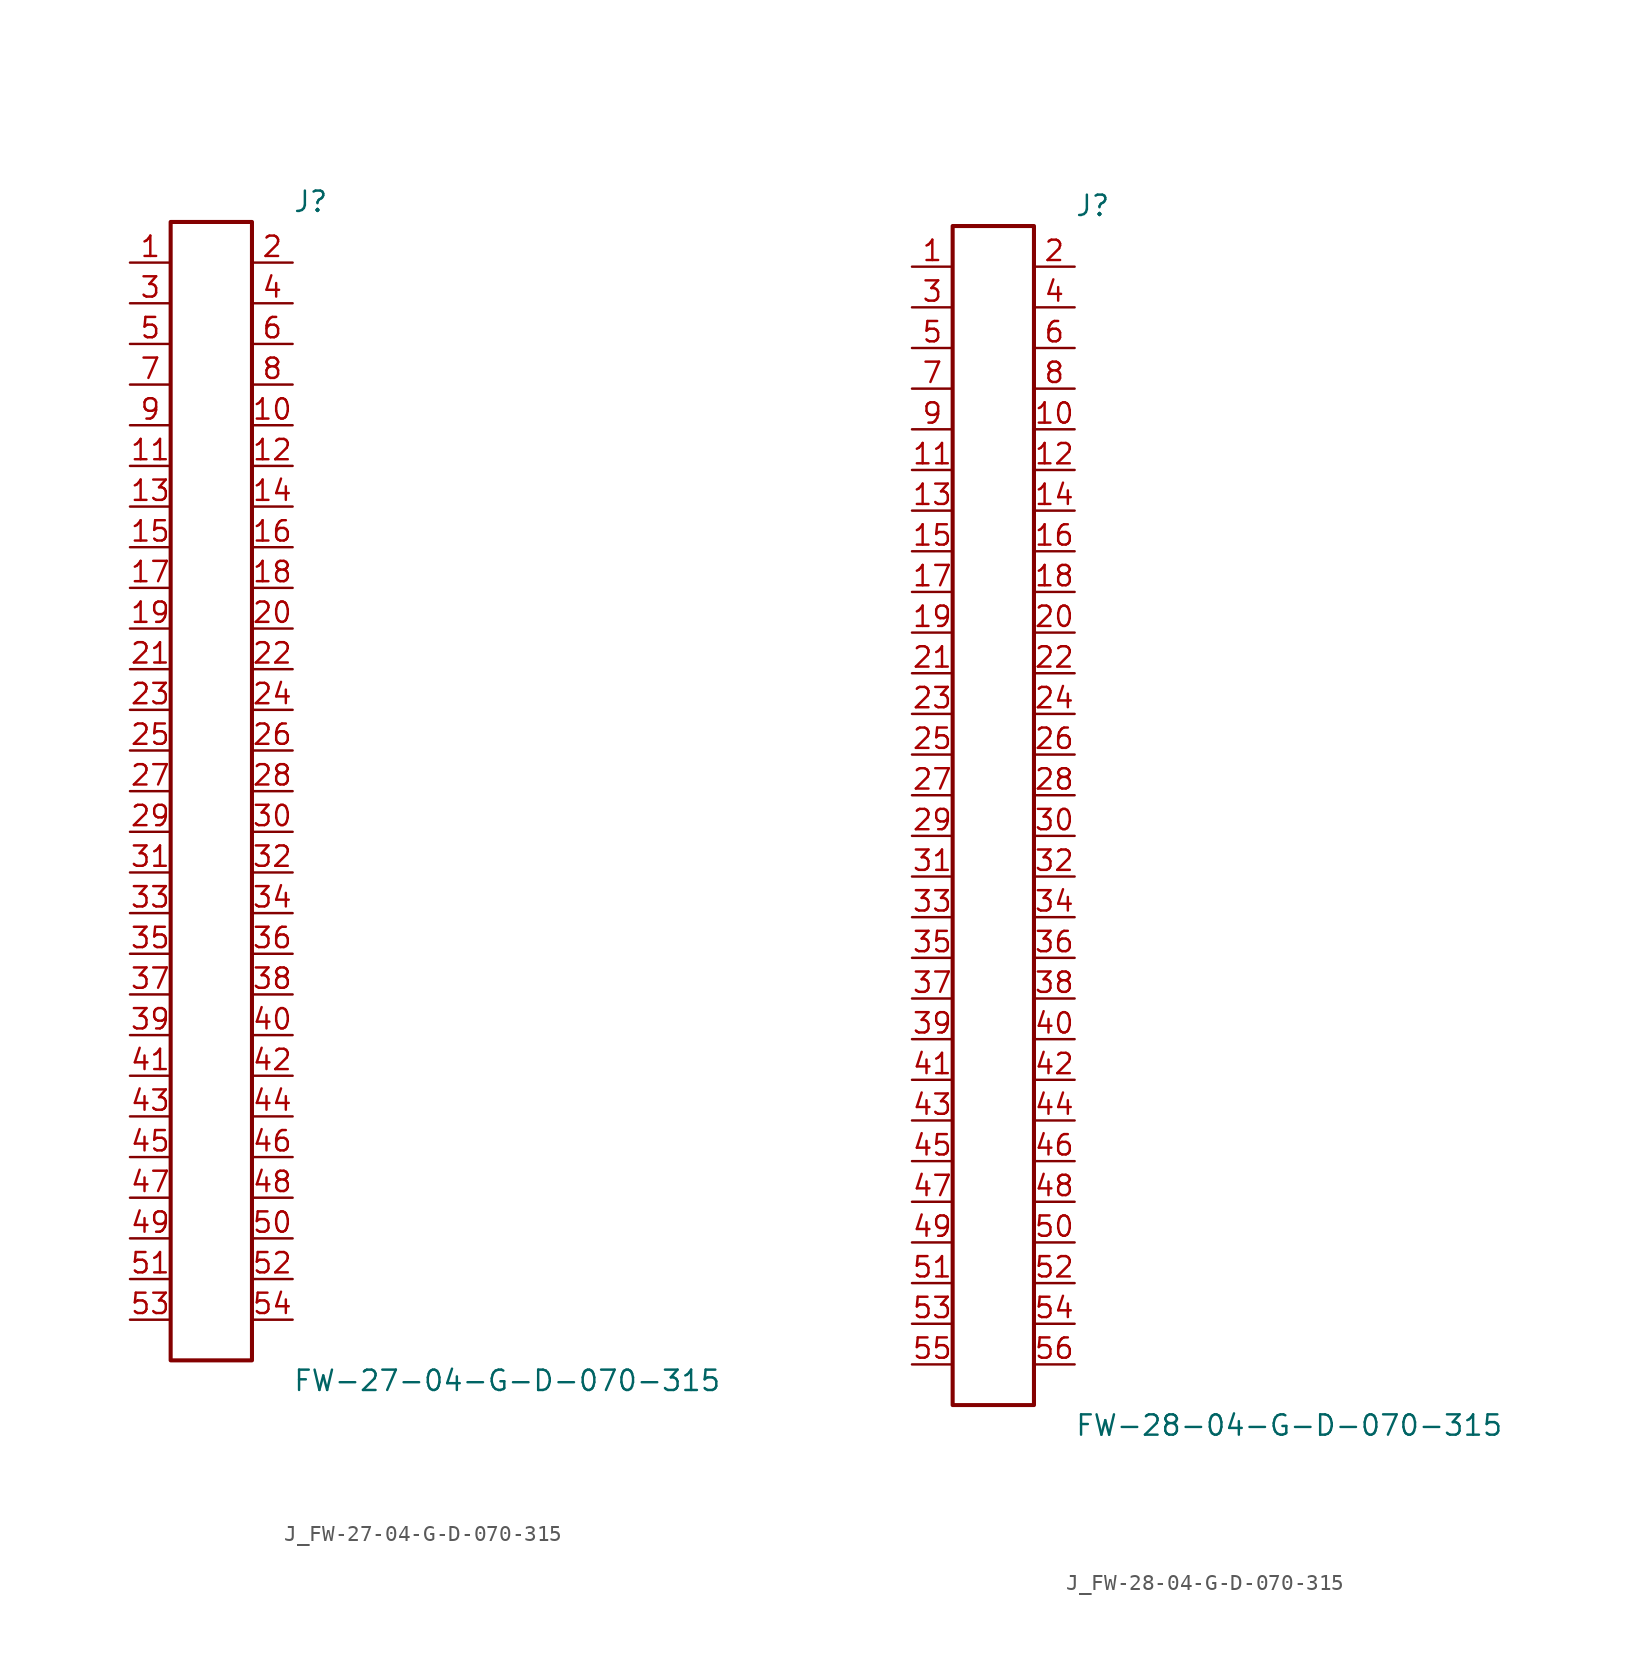
<source format=kicad_sym>
(kicad_symbol_lib
  (version 20231120)
  (generator kicad_symbol_editor)
  (generator_version 8.0)
  (symbol "J_FW-27-04-G-D-070-315"
    (pin_names
      (offset 0.254))
    (property "Reference" "J"
      (at 5.08 36.83 0)
      (effects (font (size 1.27 1.27)) (justify left)))
    (property "Value" "FW-27-04-G-D-070-315"
      (at 5.08 -36.83 0)
      (effects (font (size 1.27 1.27)) (justify left)))
    (symbol "J_FW-27-04-G-D-070-315_0_0"
      (pin passive line (at -5.08 33.02 0) (length 2.54) (name "" (effects (font (size 1.27 1.27)))) (number "1" (effects (font (size 1.27 1.27)))))
      (pin passive line (at 5.08 33.02 180) (length 2.54) (name "" (effects (font (size 1.27 1.27)))) (number "2" (effects (font (size 1.27 1.27)))))
      (pin passive line (at -5.08 30.48 0) (length 2.54) (name "" (effects (font (size 1.27 1.27)))) (number "3" (effects (font (size 1.27 1.27)))))
      (pin passive line (at 5.08 30.48 180) (length 2.54) (name "" (effects (font (size 1.27 1.27)))) (number "4" (effects (font (size 1.27 1.27)))))
      (pin passive line (at -5.08 27.94 0) (length 2.54) (name "" (effects (font (size 1.27 1.27)))) (number "5" (effects (font (size 1.27 1.27)))))
      (pin passive line (at 5.08 27.94 180) (length 2.54) (name "" (effects (font (size 1.27 1.27)))) (number "6" (effects (font (size 1.27 1.27)))))
      (pin passive line (at -5.08 25.4 0) (length 2.54) (name "" (effects (font (size 1.27 1.27)))) (number "7" (effects (font (size 1.27 1.27)))))
      (pin passive line (at 5.08 25.4 180) (length 2.54) (name "" (effects (font (size 1.27 1.27)))) (number "8" (effects (font (size 1.27 1.27)))))
      (pin passive line (at -5.08 22.86 0) (length 2.54) (name "" (effects (font (size 1.27 1.27)))) (number "9" (effects (font (size 1.27 1.27)))))
      (pin passive line (at 5.08 22.86 180) (length 2.54) (name "" (effects (font (size 1.27 1.27)))) (number "10" (effects (font (size 1.27 1.27)))))
      (pin passive line (at -5.08 20.32 0) (length 2.54) (name "" (effects (font (size 1.27 1.27)))) (number "11" (effects (font (size 1.27 1.27)))))
      (pin passive line (at 5.08 20.32 180) (length 2.54) (name "" (effects (font (size 1.27 1.27)))) (number "12" (effects (font (size 1.27 1.27)))))
      (pin passive line (at -5.08 17.78 0) (length 2.54) (name "" (effects (font (size 1.27 1.27)))) (number "13" (effects (font (size 1.27 1.27)))))
      (pin passive line (at 5.08 17.78 180) (length 2.54) (name "" (effects (font (size 1.27 1.27)))) (number "14" (effects (font (size 1.27 1.27)))))
      (pin passive line (at -5.08 15.24 0) (length 2.54) (name "" (effects (font (size 1.27 1.27)))) (number "15" (effects (font (size 1.27 1.27)))))
      (pin passive line (at 5.08 15.24 180) (length 2.54) (name "" (effects (font (size 1.27 1.27)))) (number "16" (effects (font (size 1.27 1.27)))))
      (pin passive line (at -5.08 12.7 0) (length 2.54) (name "" (effects (font (size 1.27 1.27)))) (number "17" (effects (font (size 1.27 1.27)))))
      (pin passive line (at 5.08 12.7 180) (length 2.54) (name "" (effects (font (size 1.27 1.27)))) (number "18" (effects (font (size 1.27 1.27)))))
      (pin passive line (at -5.08 10.16 0) (length 2.54) (name "" (effects (font (size 1.27 1.27)))) (number "19" (effects (font (size 1.27 1.27)))))
      (pin passive line (at 5.08 10.16 180) (length 2.54) (name "" (effects (font (size 1.27 1.27)))) (number "20" (effects (font (size 1.27 1.27)))))
      (pin passive line (at -5.08 7.62 0) (length 2.54) (name "" (effects (font (size 1.27 1.27)))) (number "21" (effects (font (size 1.27 1.27)))))
      (pin passive line (at 5.08 7.62 180) (length 2.54) (name "" (effects (font (size 1.27 1.27)))) (number "22" (effects (font (size 1.27 1.27)))))
      (pin passive line (at -5.08 5.08 0) (length 2.54) (name "" (effects (font (size 1.27 1.27)))) (number "23" (effects (font (size 1.27 1.27)))))
      (pin passive line (at 5.08 5.08 180) (length 2.54) (name "" (effects (font (size 1.27 1.27)))) (number "24" (effects (font (size 1.27 1.27)))))
      (pin passive line (at -5.08 2.54 0) (length 2.54) (name "" (effects (font (size 1.27 1.27)))) (number "25" (effects (font (size 1.27 1.27)))))
      (pin passive line (at 5.08 2.54 180) (length 2.54) (name "" (effects (font (size 1.27 1.27)))) (number "26" (effects (font (size 1.27 1.27)))))
      (pin passive line (at -5.08 0.0 0) (length 2.54) (name "" (effects (font (size 1.27 1.27)))) (number "27" (effects (font (size 1.27 1.27)))))
      (pin passive line (at 5.08 0.0 180) (length 2.54) (name "" (effects (font (size 1.27 1.27)))) (number "28" (effects (font (size 1.27 1.27)))))
      (pin passive line (at -5.08 -2.54 0) (length 2.54) (name "" (effects (font (size 1.27 1.27)))) (number "29" (effects (font (size 1.27 1.27)))))
      (pin passive line (at 5.08 -2.54 180) (length 2.54) (name "" (effects (font (size 1.27 1.27)))) (number "30" (effects (font (size 1.27 1.27)))))
      (pin passive line (at -5.08 -5.08 0) (length 2.54) (name "" (effects (font (size 1.27 1.27)))) (number "31" (effects (font (size 1.27 1.27)))))
      (pin passive line (at 5.08 -5.08 180) (length 2.54) (name "" (effects (font (size 1.27 1.27)))) (number "32" (effects (font (size 1.27 1.27)))))
      (pin passive line (at -5.08 -7.62 0) (length 2.54) (name "" (effects (font (size 1.27 1.27)))) (number "33" (effects (font (size 1.27 1.27)))))
      (pin passive line (at 5.08 -7.62 180) (length 2.54) (name "" (effects (font (size 1.27 1.27)))) (number "34" (effects (font (size 1.27 1.27)))))
      (pin passive line (at -5.08 -10.16 0) (length 2.54) (name "" (effects (font (size 1.27 1.27)))) (number "35" (effects (font (size 1.27 1.27)))))
      (pin passive line (at 5.08 -10.16 180) (length 2.54) (name "" (effects (font (size 1.27 1.27)))) (number "36" (effects (font (size 1.27 1.27)))))
      (pin passive line (at -5.08 -12.7 0) (length 2.54) (name "" (effects (font (size 1.27 1.27)))) (number "37" (effects (font (size 1.27 1.27)))))
      (pin passive line (at 5.08 -12.7 180) (length 2.54) (name "" (effects (font (size 1.27 1.27)))) (number "38" (effects (font (size 1.27 1.27)))))
      (pin passive line (at -5.08 -15.24 0) (length 2.54) (name "" (effects (font (size 1.27 1.27)))) (number "39" (effects (font (size 1.27 1.27)))))
      (pin passive line (at 5.08 -15.24 180) (length 2.54) (name "" (effects (font (size 1.27 1.27)))) (number "40" (effects (font (size 1.27 1.27)))))
      (pin passive line (at -5.08 -17.78 0) (length 2.54) (name "" (effects (font (size 1.27 1.27)))) (number "41" (effects (font (size 1.27 1.27)))))
      (pin passive line (at 5.08 -17.78 180) (length 2.54) (name "" (effects (font (size 1.27 1.27)))) (number "42" (effects (font (size 1.27 1.27)))))
      (pin passive line (at -5.08 -20.32 0) (length 2.54) (name "" (effects (font (size 1.27 1.27)))) (number "43" (effects (font (size 1.27 1.27)))))
      (pin passive line (at 5.08 -20.32 180) (length 2.54) (name "" (effects (font (size 1.27 1.27)))) (number "44" (effects (font (size 1.27 1.27)))))
      (pin passive line (at -5.08 -22.86 0) (length 2.54) (name "" (effects (font (size 1.27 1.27)))) (number "45" (effects (font (size 1.27 1.27)))))
      (pin passive line (at 5.08 -22.86 180) (length 2.54) (name "" (effects (font (size 1.27 1.27)))) (number "46" (effects (font (size 1.27 1.27)))))
      (pin passive line (at -5.08 -25.4 0) (length 2.54) (name "" (effects (font (size 1.27 1.27)))) (number "47" (effects (font (size 1.27 1.27)))))
      (pin passive line (at 5.08 -25.4 180) (length 2.54) (name "" (effects (font (size 1.27 1.27)))) (number "48" (effects (font (size 1.27 1.27)))))
      (pin passive line (at -5.08 -27.94 0) (length 2.54) (name "" (effects (font (size 1.27 1.27)))) (number "49" (effects (font (size 1.27 1.27)))))
      (pin passive line (at 5.08 -27.94 180) (length 2.54) (name "" (effects (font (size 1.27 1.27)))) (number "50" (effects (font (size 1.27 1.27)))))
      (pin passive line (at -5.08 -30.48 0) (length 2.54) (name "" (effects (font (size 1.27 1.27)))) (number "51" (effects (font (size 1.27 1.27)))))
      (pin passive line (at 5.08 -30.48 180) (length 2.54) (name "" (effects (font (size 1.27 1.27)))) (number "52" (effects (font (size 1.27 1.27)))))
      (pin passive line (at -5.08 -33.02 0) (length 2.54) (name "" (effects (font (size 1.27 1.27)))) (number "53" (effects (font (size 1.27 1.27)))))
      (pin passive line (at 5.08 -33.02 180) (length 2.54) (name "" (effects (font (size 1.27 1.27)))) (number "54" (effects (font (size 1.27 1.27))))))
    (symbol "J_FW-27-04-G-D-070-315_1_0"
      (rectangle (start -2.54 35.56) (end 2.54 -35.56) (stroke (width 0.254) (type solid)) (fill (type none)))))
  (symbol "J_FW-28-04-G-D-070-315"
    (pin_names
      (offset 0.254))
    (property "Reference" "J"
      (at 5.08 38.1 0)
      (effects (font (size 1.27 1.27)) (justify left)))
    (property "Value" "FW-28-04-G-D-070-315"
      (at 5.08 -38.1 0)
      (effects (font (size 1.27 1.27)) (justify left)))
    (symbol "J_FW-28-04-G-D-070-315_0_0"
      (pin passive line (at -5.08 34.29 0) (length 2.54) (name "" (effects (font (size 1.27 1.27)))) (number "1" (effects (font (size 1.27 1.27)))))
      (pin passive line (at 5.08 34.29 180) (length 2.54) (name "" (effects (font (size 1.27 1.27)))) (number "2" (effects (font (size 1.27 1.27)))))
      (pin passive line (at -5.08 31.75 0) (length 2.54) (name "" (effects (font (size 1.27 1.27)))) (number "3" (effects (font (size 1.27 1.27)))))
      (pin passive line (at 5.08 31.75 180) (length 2.54) (name "" (effects (font (size 1.27 1.27)))) (number "4" (effects (font (size 1.27 1.27)))))
      (pin passive line (at -5.08 29.21 0) (length 2.54) (name "" (effects (font (size 1.27 1.27)))) (number "5" (effects (font (size 1.27 1.27)))))
      (pin passive line (at 5.08 29.21 180) (length 2.54) (name "" (effects (font (size 1.27 1.27)))) (number "6" (effects (font (size 1.27 1.27)))))
      (pin passive line (at -5.08 26.67 0) (length 2.54) (name "" (effects (font (size 1.27 1.27)))) (number "7" (effects (font (size 1.27 1.27)))))
      (pin passive line (at 5.08 26.67 180) (length 2.54) (name "" (effects (font (size 1.27 1.27)))) (number "8" (effects (font (size 1.27 1.27)))))
      (pin passive line (at -5.08 24.13 0) (length 2.54) (name "" (effects (font (size 1.27 1.27)))) (number "9" (effects (font (size 1.27 1.27)))))
      (pin passive line (at 5.08 24.13 180) (length 2.54) (name "" (effects (font (size 1.27 1.27)))) (number "10" (effects (font (size 1.27 1.27)))))
      (pin passive line (at -5.08 21.59 0) (length 2.54) (name "" (effects (font (size 1.27 1.27)))) (number "11" (effects (font (size 1.27 1.27)))))
      (pin passive line (at 5.08 21.59 180) (length 2.54) (name "" (effects (font (size 1.27 1.27)))) (number "12" (effects (font (size 1.27 1.27)))))
      (pin passive line (at -5.08 19.05 0) (length 2.54) (name "" (effects (font (size 1.27 1.27)))) (number "13" (effects (font (size 1.27 1.27)))))
      (pin passive line (at 5.08 19.05 180) (length 2.54) (name "" (effects (font (size 1.27 1.27)))) (number "14" (effects (font (size 1.27 1.27)))))
      (pin passive line (at -5.08 16.51 0) (length 2.54) (name "" (effects (font (size 1.27 1.27)))) (number "15" (effects (font (size 1.27 1.27)))))
      (pin passive line (at 5.08 16.51 180) (length 2.54) (name "" (effects (font (size 1.27 1.27)))) (number "16" (effects (font (size 1.27 1.27)))))
      (pin passive line (at -5.08 13.97 0) (length 2.54) (name "" (effects (font (size 1.27 1.27)))) (number "17" (effects (font (size 1.27 1.27)))))
      (pin passive line (at 5.08 13.97 180) (length 2.54) (name "" (effects (font (size 1.27 1.27)))) (number "18" (effects (font (size 1.27 1.27)))))
      (pin passive line (at -5.08 11.43 0) (length 2.54) (name "" (effects (font (size 1.27 1.27)))) (number "19" (effects (font (size 1.27 1.27)))))
      (pin passive line (at 5.08 11.43 180) (length 2.54) (name "" (effects (font (size 1.27 1.27)))) (number "20" (effects (font (size 1.27 1.27)))))
      (pin passive line (at -5.08 8.89 0) (length 2.54) (name "" (effects (font (size 1.27 1.27)))) (number "21" (effects (font (size 1.27 1.27)))))
      (pin passive line (at 5.08 8.89 180) (length 2.54) (name "" (effects (font (size 1.27 1.27)))) (number "22" (effects (font (size 1.27 1.27)))))
      (pin passive line (at -5.08 6.35 0) (length 2.54) (name "" (effects (font (size 1.27 1.27)))) (number "23" (effects (font (size 1.27 1.27)))))
      (pin passive line (at 5.08 6.35 180) (length 2.54) (name "" (effects (font (size 1.27 1.27)))) (number "24" (effects (font (size 1.27 1.27)))))
      (pin passive line (at -5.08 3.81 0) (length 2.54) (name "" (effects (font (size 1.27 1.27)))) (number "25" (effects (font (size 1.27 1.27)))))
      (pin passive line (at 5.08 3.81 180) (length 2.54) (name "" (effects (font (size 1.27 1.27)))) (number "26" (effects (font (size 1.27 1.27)))))
      (pin passive line (at -5.08 1.27 0) (length 2.54) (name "" (effects (font (size 1.27 1.27)))) (number "27" (effects (font (size 1.27 1.27)))))
      (pin passive line (at 5.08 1.27 180) (length 2.54) (name "" (effects (font (size 1.27 1.27)))) (number "28" (effects (font (size 1.27 1.27)))))
      (pin passive line (at -5.08 -1.27 0) (length 2.54) (name "" (effects (font (size 1.27 1.27)))) (number "29" (effects (font (size 1.27 1.27)))))
      (pin passive line (at 5.08 -1.27 180) (length 2.54) (name "" (effects (font (size 1.27 1.27)))) (number "30" (effects (font (size 1.27 1.27)))))
      (pin passive line (at -5.08 -3.81 0) (length 2.54) (name "" (effects (font (size 1.27 1.27)))) (number "31" (effects (font (size 1.27 1.27)))))
      (pin passive line (at 5.08 -3.81 180) (length 2.54) (name "" (effects (font (size 1.27 1.27)))) (number "32" (effects (font (size 1.27 1.27)))))
      (pin passive line (at -5.08 -6.35 0) (length 2.54) (name "" (effects (font (size 1.27 1.27)))) (number "33" (effects (font (size 1.27 1.27)))))
      (pin passive line (at 5.08 -6.35 180) (length 2.54) (name "" (effects (font (size 1.27 1.27)))) (number "34" (effects (font (size 1.27 1.27)))))
      (pin passive line (at -5.08 -8.89 0) (length 2.54) (name "" (effects (font (size 1.27 1.27)))) (number "35" (effects (font (size 1.27 1.27)))))
      (pin passive line (at 5.08 -8.89 180) (length 2.54) (name "" (effects (font (size 1.27 1.27)))) (number "36" (effects (font (size 1.27 1.27)))))
      (pin passive line (at -5.08 -11.43 0) (length 2.54) (name "" (effects (font (size 1.27 1.27)))) (number "37" (effects (font (size 1.27 1.27)))))
      (pin passive line (at 5.08 -11.43 180) (length 2.54) (name "" (effects (font (size 1.27 1.27)))) (number "38" (effects (font (size 1.27 1.27)))))
      (pin passive line (at -5.08 -13.97 0) (length 2.54) (name "" (effects (font (size 1.27 1.27)))) (number "39" (effects (font (size 1.27 1.27)))))
      (pin passive line (at 5.08 -13.97 180) (length 2.54) (name "" (effects (font (size 1.27 1.27)))) (number "40" (effects (font (size 1.27 1.27)))))
      (pin passive line (at -5.08 -16.51 0) (length 2.54) (name "" (effects (font (size 1.27 1.27)))) (number "41" (effects (font (size 1.27 1.27)))))
      (pin passive line (at 5.08 -16.51 180) (length 2.54) (name "" (effects (font (size 1.27 1.27)))) (number "42" (effects (font (size 1.27 1.27)))))
      (pin passive line (at -5.08 -19.05 0) (length 2.54) (name "" (effects (font (size 1.27 1.27)))) (number "43" (effects (font (size 1.27 1.27)))))
      (pin passive line (at 5.08 -19.05 180) (length 2.54) (name "" (effects (font (size 1.27 1.27)))) (number "44" (effects (font (size 1.27 1.27)))))
      (pin passive line (at -5.08 -21.59 0) (length 2.54) (name "" (effects (font (size 1.27 1.27)))) (number "45" (effects (font (size 1.27 1.27)))))
      (pin passive line (at 5.08 -21.59 180) (length 2.54) (name "" (effects (font (size 1.27 1.27)))) (number "46" (effects (font (size 1.27 1.27)))))
      (pin passive line (at -5.08 -24.13 0) (length 2.54) (name "" (effects (font (size 1.27 1.27)))) (number "47" (effects (font (size 1.27 1.27)))))
      (pin passive line (at 5.08 -24.13 180) (length 2.54) (name "" (effects (font (size 1.27 1.27)))) (number "48" (effects (font (size 1.27 1.27)))))
      (pin passive line (at -5.08 -26.67 0) (length 2.54) (name "" (effects (font (size 1.27 1.27)))) (number "49" (effects (font (size 1.27 1.27)))))
      (pin passive line (at 5.08 -26.67 180) (length 2.54) (name "" (effects (font (size 1.27 1.27)))) (number "50" (effects (font (size 1.27 1.27)))))
      (pin passive line (at -5.08 -29.21 0) (length 2.54) (name "" (effects (font (size 1.27 1.27)))) (number "51" (effects (font (size 1.27 1.27)))))
      (pin passive line (at 5.08 -29.21 180) (length 2.54) (name "" (effects (font (size 1.27 1.27)))) (number "52" (effects (font (size 1.27 1.27)))))
      (pin passive line (at -5.08 -31.75 0) (length 2.54) (name "" (effects (font (size 1.27 1.27)))) (number "53" (effects (font (size 1.27 1.27)))))
      (pin passive line (at 5.08 -31.75 180) (length 2.54) (name "" (effects (font (size 1.27 1.27)))) (number "54" (effects (font (size 1.27 1.27)))))
      (pin passive line (at -5.08 -34.29 0) (length 2.54) (name "" (effects (font (size 1.27 1.27)))) (number "55" (effects (font (size 1.27 1.27)))))
      (pin passive line (at 5.08 -34.29 180) (length 2.54) (name "" (effects (font (size 1.27 1.27)))) (number "56" (effects (font (size 1.27 1.27))))))
    (symbol "J_FW-28-04-G-D-070-315_1_0"
      (rectangle (start -2.54 36.83) (end 2.54 -36.83) (stroke (width 0.254) (type solid)) (fill (type none))))))
</source>
